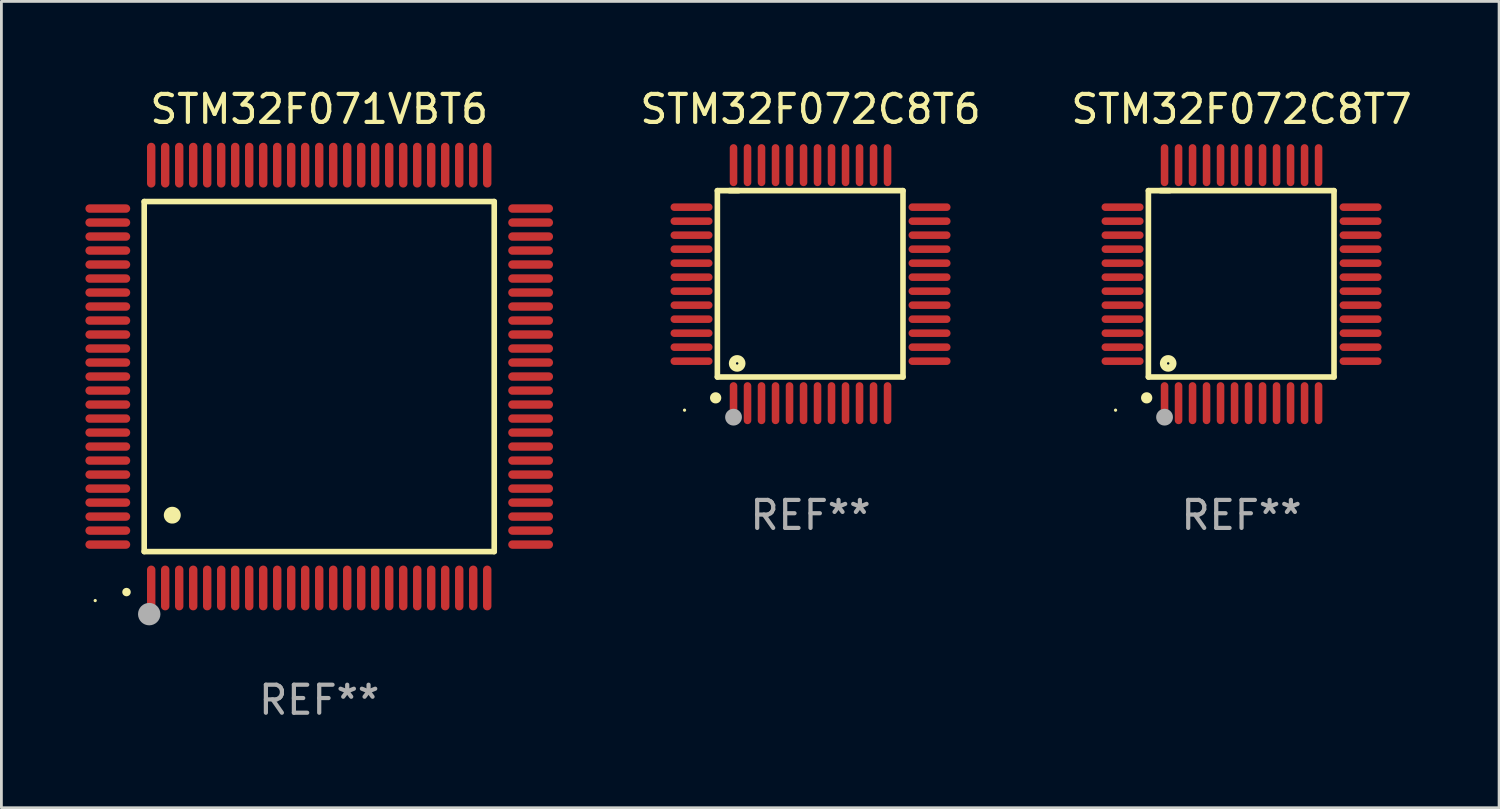
<source format=kicad_pcb>
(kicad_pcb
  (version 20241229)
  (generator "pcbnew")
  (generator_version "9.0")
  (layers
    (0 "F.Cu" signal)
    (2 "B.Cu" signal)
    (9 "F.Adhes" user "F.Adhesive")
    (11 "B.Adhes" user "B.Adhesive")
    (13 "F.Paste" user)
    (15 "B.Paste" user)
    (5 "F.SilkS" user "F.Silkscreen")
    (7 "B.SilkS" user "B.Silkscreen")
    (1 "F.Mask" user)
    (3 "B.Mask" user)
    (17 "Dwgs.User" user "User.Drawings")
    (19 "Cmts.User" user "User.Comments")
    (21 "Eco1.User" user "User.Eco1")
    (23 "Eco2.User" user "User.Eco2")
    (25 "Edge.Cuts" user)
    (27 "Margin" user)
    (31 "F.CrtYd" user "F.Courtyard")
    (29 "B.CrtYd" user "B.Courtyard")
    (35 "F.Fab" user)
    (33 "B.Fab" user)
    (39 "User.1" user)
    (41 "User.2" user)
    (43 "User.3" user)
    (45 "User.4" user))
  (footprint "STM32F071VBT6"
    (layer "F.Cu")
    (at 8.35 10.398)
    (property "Reference" "STM32F071VBT6" (at 0 -9.55 0) (layer "F.SilkS") (effects (font (size 1 1) (thickness 0.15))))
    (attr through_hole)
    (fp_line (start -6.25 -6.25) (end -6.25 6.25) (stroke (width 0.2) (type solid)) (layer "F.SilkS"))
    (fp_line (start -6.25 6.25) (end 6.25 6.25) (stroke (width 0.2) (type solid)) (layer "F.SilkS"))
    (fp_line (start 6.25 -6.25) (end -6.25 -6.25) (stroke (width 0.2) (type solid)) (layer "F.SilkS"))
    (fp_line (start 6.25 6.25) (end 6.25 -6.25) (stroke (width 0.2) (type solid)) (layer "F.SilkS"))
    (fp_arc (start -6.883414 7.696215) (mid -6.882144 7.69621) (end -6.880874 7.696215) (stroke (width 0.3) (type solid)) (layer "F.SilkS"))
    (fp_arc (start -5.250191 4.95047) (mid -5.247651 4.950459) (end -5.245111 4.95047) (stroke (width 0.6) (type solid)) (layer "F.SilkS"))
    (fp_circle (center -8 8) (end -7.97 8) (stroke (width 0.06) (type solid)) (fill no) (layer "F.SilkS"))
    (fp_circle (center -6.071 8.484) (end -5.871 8.484) (stroke (width 0.4) (type solid)) (fill no) (layer "F.Fab"))
    (fp_text user "REF**" (at 0 11.55 0) (layer "F.Fab") (effects (font (size 1 1) (thickness 0.15))))
    (pad "1" smd oval (at -6 7.55) (size 0.3 1.6) (layers "F.Cu" "F.Mask" "F.Paste"))
    (pad "2" smd oval (at -5.5 7.55) (size 0.3 1.6) (layers "F.Cu" "F.Mask" "F.Paste"))
    (pad "3" smd oval (at -5 7.55) (size 0.3 1.6) (layers "F.Cu" "F.Mask" "F.Paste"))
    (pad "4" smd oval (at -4.5 7.55) (size 0.3 1.6) (layers "F.Cu" "F.Mask" "F.Paste"))
    (pad "5" smd oval (at -4 7.55) (size 0.3 1.6) (layers "F.Cu" "F.Mask" "F.Paste"))
    (pad "6" smd oval (at -3.5 7.55) (size 0.3 1.6) (layers "F.Cu" "F.Mask" "F.Paste"))
    (pad "7" smd oval (at -3 7.55) (size 0.3 1.6) (layers "F.Cu" "F.Mask" "F.Paste"))
    (pad "8" smd oval (at -2.5 7.55) (size 0.3 1.6) (layers "F.Cu" "F.Mask" "F.Paste"))
    (pad "9" smd oval (at -2 7.55) (size 0.3 1.6) (layers "F.Cu" "F.Mask" "F.Paste"))
    (pad "10" smd oval (at -1.5 7.55) (size 0.3 1.6) (layers "F.Cu" "F.Mask" "F.Paste"))
    (pad "11" smd oval (at -1 7.55) (size 0.3 1.6) (layers "F.Cu" "F.Mask" "F.Paste"))
    (pad "12" smd oval (at -0.5 7.55) (size 0.3 1.6) (layers "F.Cu" "F.Mask" "F.Paste"))
    (pad "13" smd oval (at 0 7.55) (size 0.3 1.6) (layers "F.Cu" "F.Mask" "F.Paste"))
    (pad "14" smd oval (at 0.5 7.55) (size 0.3 1.6) (layers "F.Cu" "F.Mask" "F.Paste"))
    (pad "15" smd oval (at 1 7.55) (size 0.3 1.6) (layers "F.Cu" "F.Mask" "F.Paste"))
    (pad "16" smd oval (at 1.5 7.55) (size 0.3 1.6) (layers "F.Cu" "F.Mask" "F.Paste"))
    (pad "17" smd oval (at 2 7.55) (size 0.3 1.6) (layers "F.Cu" "F.Mask" "F.Paste"))
    (pad "18" smd oval (at 2.5 7.55) (size 0.3 1.6) (layers "F.Cu" "F.Mask" "F.Paste"))
    (pad "19" smd oval (at 3 7.55) (size 0.3 1.6) (layers "F.Cu" "F.Mask" "F.Paste"))
    (pad "20" smd oval (at 3.5 7.55) (size 0.3 1.6) (layers "F.Cu" "F.Mask" "F.Paste"))
    (pad "21" smd oval (at 4 7.55) (size 0.3 1.6) (layers "F.Cu" "F.Mask" "F.Paste"))
    (pad "22" smd oval (at 4.5 7.55) (size 0.3 1.6) (layers "F.Cu" "F.Mask" "F.Paste"))
    (pad "23" smd oval (at 5 7.55) (size 0.3 1.6) (layers "F.Cu" "F.Mask" "F.Paste"))
    (pad "24" smd oval (at 5.5 7.55) (size 0.3 1.6) (layers "F.Cu" "F.Mask" "F.Paste"))
    (pad "25" smd oval (at 6 7.55) (size 0.3 1.6) (layers "F.Cu" "F.Mask" "F.Paste"))
    (pad "26" smd oval (at 7.55 6) (size 1.6 0.3) (layers "F.Cu" "F.Mask" "F.Paste"))
    (pad "27" smd oval (at 7.55 5.5) (size 1.6 0.3) (layers "F.Cu" "F.Mask" "F.Paste"))
    (pad "28" smd oval (at 7.55 5) (size 1.6 0.3) (layers "F.Cu" "F.Mask" "F.Paste"))
    (pad "29" smd oval (at 7.55 4.5) (size 1.6 0.3) (layers "F.Cu" "F.Mask" "F.Paste"))
    (pad "30" smd oval (at 7.55 4) (size 1.6 0.3) (layers "F.Cu" "F.Mask" "F.Paste"))
    (pad "31" smd oval (at 7.55 3.5) (size 1.6 0.3) (layers "F.Cu" "F.Mask" "F.Paste"))
    (pad "32" smd oval (at 7.55 3) (size 1.6 0.3) (layers "F.Cu" "F.Mask" "F.Paste"))
    (pad "33" smd oval (at 7.55 2.5) (size 1.6 0.3) (layers "F.Cu" "F.Mask" "F.Paste"))
    (pad "34" smd oval (at 7.55 2) (size 1.6 0.3) (layers "F.Cu" "F.Mask" "F.Paste"))
    (pad "35" smd oval (at 7.55 1.5) (size 1.6 0.3) (layers "F.Cu" "F.Mask" "F.Paste"))
    (pad "36" smd oval (at 7.55 1) (size 1.6 0.3) (layers "F.Cu" "F.Mask" "F.Paste"))
    (pad "37" smd oval (at 7.55 0.5) (size 1.6 0.3) (layers "F.Cu" "F.Mask" "F.Paste"))
    (pad "38" smd oval (at 7.55 0) (size 1.6 0.3) (layers "F.Cu" "F.Mask" "F.Paste"))
    (pad "39" smd oval (at 7.55 -0.5) (size 1.6 0.3) (layers "F.Cu" "F.Mask" "F.Paste"))
    (pad "40" smd oval (at 7.55 -1) (size 1.6 0.3) (layers "F.Cu" "F.Mask" "F.Paste"))
    (pad "41" smd oval (at 7.55 -1.5) (size 1.6 0.3) (layers "F.Cu" "F.Mask" "F.Paste"))
    (pad "42" smd oval (at 7.55 -2) (size 1.6 0.3) (layers "F.Cu" "F.Mask" "F.Paste"))
    (pad "43" smd oval (at 7.55 -2.5) (size 1.6 0.3) (layers "F.Cu" "F.Mask" "F.Paste"))
    (pad "44" smd oval (at 7.55 -3) (size 1.6 0.3) (layers "F.Cu" "F.Mask" "F.Paste"))
    (pad "45" smd oval (at 7.55 -3.5) (size 1.6 0.3) (layers "F.Cu" "F.Mask" "F.Paste"))
    (pad "46" smd oval (at 7.55 -4) (size 1.6 0.3) (layers "F.Cu" "F.Mask" "F.Paste"))
    (pad "47" smd oval (at 7.55 -4.5) (size 1.6 0.3) (layers "F.Cu" "F.Mask" "F.Paste"))
    (pad "48" smd oval (at 7.55 -5) (size 1.6 0.3) (layers "F.Cu" "F.Mask" "F.Paste"))
    (pad "49" smd oval (at 7.55 -5.5) (size 1.6 0.3) (layers "F.Cu" "F.Mask" "F.Paste"))
    (pad "50" smd oval (at 7.55 -6) (size 1.6 0.3) (layers "F.Cu" "F.Mask" "F.Paste"))
    (pad "51" smd oval (at 6 -7.55) (size 0.3 1.6) (layers "F.Cu" "F.Mask" "F.Paste"))
    (pad "52" smd oval (at 5.5 -7.55) (size 0.3 1.6) (layers "F.Cu" "F.Mask" "F.Paste"))
    (pad "53" smd oval (at 5 -7.55) (size 0.3 1.6) (layers "F.Cu" "F.Mask" "F.Paste"))
    (pad "54" smd oval (at 4.5 -7.55) (size 0.3 1.6) (layers "F.Cu" "F.Mask" "F.Paste"))
    (pad "55" smd oval (at 4 -7.55) (size 0.3 1.6) (layers "F.Cu" "F.Mask" "F.Paste"))
    (pad "56" smd oval (at 3.5 -7.55) (size 0.3 1.6) (layers "F.Cu" "F.Mask" "F.Paste"))
    (pad "57" smd oval (at 3 -7.55) (size 0.3 1.6) (layers "F.Cu" "F.Mask" "F.Paste"))
    (pad "58" smd oval (at 2.5 -7.55) (size 0.3 1.6) (layers "F.Cu" "F.Mask" "F.Paste"))
    (pad "59" smd oval (at 2 -7.55) (size 0.3 1.6) (layers "F.Cu" "F.Mask" "F.Paste"))
    (pad "60" smd oval (at 1.5 -7.55) (size 0.3 1.6) (layers "F.Cu" "F.Mask" "F.Paste"))
    (pad "61" smd oval (at 1 -7.55) (size 0.3 1.6) (layers "F.Cu" "F.Mask" "F.Paste"))
    (pad "62" smd oval (at 0.5 -7.55) (size 0.3 1.6) (layers "F.Cu" "F.Mask" "F.Paste"))
    (pad "63" smd oval (at 0 -7.55) (size 0.3 1.6) (layers "F.Cu" "F.Mask" "F.Paste"))
    (pad "64" smd oval (at -0.5 -7.55) (size 0.3 1.6) (layers "F.Cu" "F.Mask" "F.Paste"))
    (pad "65" smd oval (at -1 -7.55) (size 0.3 1.6) (layers "F.Cu" "F.Mask" "F.Paste"))
    (pad "66" smd oval (at -1.5 -7.55) (size 0.3 1.6) (layers "F.Cu" "F.Mask" "F.Paste"))
    (pad "67" smd oval (at -2 -7.55) (size 0.3 1.6) (layers "F.Cu" "F.Mask" "F.Paste"))
    (pad "68" smd oval (at -2.5 -7.55) (size 0.3 1.6) (layers "F.Cu" "F.Mask" "F.Paste"))
    (pad "69" smd oval (at -3 -7.55) (size 0.3 1.6) (layers "F.Cu" "F.Mask" "F.Paste"))
    (pad "70" smd oval (at -3.5 -7.55) (size 0.3 1.6) (layers "F.Cu" "F.Mask" "F.Paste"))
    (pad "71" smd oval (at -4 -7.55) (size 0.3 1.6) (layers "F.Cu" "F.Mask" "F.Paste"))
    (pad "72" smd oval (at -4.5 -7.55) (size 0.3 1.6) (layers "F.Cu" "F.Mask" "F.Paste"))
    (pad "73" smd oval (at -5 -7.55) (size 0.3 1.6) (layers "F.Cu" "F.Mask" "F.Paste"))
    (pad "74" smd oval (at -5.5 -7.55) (size 0.3 1.6) (layers "F.Cu" "F.Mask" "F.Paste"))
    (pad "75" smd oval (at -6 -7.55) (size 0.3 1.6) (layers "F.Cu" "F.Mask" "F.Paste"))
    (pad "76" smd oval (at -7.55 -6) (size 1.6 0.3) (layers "F.Cu" "F.Mask" "F.Paste"))
    (pad "77" smd oval (at -7.55 -5.5) (size 1.6 0.3) (layers "F.Cu" "F.Mask" "F.Paste"))
    (pad "78" smd oval (at -7.55 -5) (size 1.6 0.3) (layers "F.Cu" "F.Mask" "F.Paste"))
    (pad "79" smd oval (at -7.55 -4.5) (size 1.6 0.3) (layers "F.Cu" "F.Mask" "F.Paste"))
    (pad "80" smd oval (at -7.55 -4) (size 1.6 0.3) (layers "F.Cu" "F.Mask" "F.Paste"))
    (pad "81" smd oval (at -7.55 -3.5) (size 1.6 0.3) (layers "F.Cu" "F.Mask" "F.Paste"))
    (pad "82" smd oval (at -7.55 -3) (size 1.6 0.3) (layers "F.Cu" "F.Mask" "F.Paste"))
    (pad "83" smd oval (at -7.55 -2.5) (size 1.6 0.3) (layers "F.Cu" "F.Mask" "F.Paste"))
    (pad "84" smd oval (at -7.55 -2) (size 1.6 0.3) (layers "F.Cu" "F.Mask" "F.Paste"))
    (pad "85" smd oval (at -7.55 -1.5) (size 1.6 0.3) (layers "F.Cu" "F.Mask" "F.Paste"))
    (pad "86" smd oval (at -7.55 -1) (size 1.6 0.3) (layers "F.Cu" "F.Mask" "F.Paste"))
    (pad "87" smd oval (at -7.55 -0.5) (size 1.6 0.3) (layers "F.Cu" "F.Mask" "F.Paste"))
    (pad "88" smd oval (at -7.55 0) (size 1.6 0.3) (layers "F.Cu" "F.Mask" "F.Paste"))
    (pad "89" smd oval (at -7.55 0.5) (size 1.6 0.3) (layers "F.Cu" "F.Mask" "F.Paste"))
    (pad "90" smd oval (at -7.55 1) (size 1.6 0.3) (layers "F.Cu" "F.Mask" "F.Paste"))
    (pad "91" smd oval (at -7.55 1.5) (size 1.6 0.3) (layers "F.Cu" "F.Mask" "F.Paste"))
    (pad "92" smd oval (at -7.55 2) (size 1.6 0.3) (layers "F.Cu" "F.Mask" "F.Paste"))
    (pad "93" smd oval (at -7.55 2.5) (size 1.6 0.3) (layers "F.Cu" "F.Mask" "F.Paste"))
    (pad "94" smd oval (at -7.55 3) (size 1.6 0.3) (layers "F.Cu" "F.Mask" "F.Paste"))
    (pad "95" smd oval (at -7.55 3.5) (size 1.6 0.3) (layers "F.Cu" "F.Mask" "F.Paste"))
    (pad "96" smd oval (at -7.55 4) (size 1.6 0.3) (layers "F.Cu" "F.Mask" "F.Paste"))
    (pad "97" smd oval (at -7.55 4.5) (size 1.6 0.3) (layers "F.Cu" "F.Mask" "F.Paste"))
    (pad "98" smd oval (at -7.55 5) (size 1.6 0.3) (layers "F.Cu" "F.Mask" "F.Paste"))
    (pad "99" smd oval (at -7.55 5.5) (size 1.6 0.3) (layers "F.Cu" "F.Mask" "F.Paste"))
    (pad "100" smd oval (at -7.55 6) (size 1.6 0.3) (layers "F.Cu" "F.Mask" "F.Paste")))
  (footprint "STM32F072C8T6"
    (layer "F.Cu")
    (at 25.896 7.098)
    (property "Reference" "STM32F072C8T6" (at 0 -6.25 0) (layer "F.SilkS") (effects (font (size 1 1) (thickness 0.15))))
    (attr through_hole)
    (fp_line (start -3.327 -3.34) (end -2.565 -3.34) (stroke (width 0.2) (type solid)) (layer "F.SilkS"))
    (fp_line (start -3.327 3.315) (end -3.327 -3.34) (stroke (width 0.2) (type solid)) (layer "F.SilkS"))
    (fp_line (start -2.896 -3.34) (end 3.302 -3.34) (stroke (width 0.2) (type solid)) (layer "F.SilkS"))
    (fp_line (start 3.302 -3.34) (end 3.302 3.315) (stroke (width 0.2) (type solid)) (layer "F.SilkS"))
    (fp_line (start 3.302 3.315) (end -3.327 3.315) (stroke (width 0.2) (type solid)) (layer "F.SilkS"))
    (fp_arc (start -3.389992 4.059995) (mid -3.388722 4.059991) (end -3.387452 4.059995) (stroke (width 0.4) (type solid)) (layer "F.SilkS"))
    (fp_circle (center -4.5 4.5) (end -4.47 4.5) (stroke (width 0.06) (type solid)) (fill no) (layer "F.SilkS"))
    (fp_circle (center -2.62 2.83) (end -2.45 2.83) (stroke (width 0.254) (type solid)) (fill no) (layer "F.SilkS"))
    (fp_circle (center -2.75 4.75) (end -2.6 4.75) (stroke (width 0.3) (type solid)) (fill no) (layer "F.Fab"))
    (fp_text user "REF**" (at 0 8.25 0) (layer "F.Fab") (effects (font (size 1 1) (thickness 0.15))))
    (pad "1" smd oval (at -2.75 4.25) (size 0.27 1.5) (layers "F.Cu" "F.Mask" "F.Paste"))
    (pad "2" smd oval (at -2.25 4.25) (size 0.27 1.5) (layers "F.Cu" "F.Mask" "F.Paste"))
    (pad "3" smd oval (at -1.75 4.25) (size 0.27 1.5) (layers "F.Cu" "F.Mask" "F.Paste"))
    (pad "4" smd oval (at -1.25 4.25) (size 0.27 1.5) (layers "F.Cu" "F.Mask" "F.Paste"))
    (pad "5" smd oval (at -0.75 4.25) (size 0.27 1.5) (layers "F.Cu" "F.Mask" "F.Paste"))
    (pad "6" smd oval (at -0.25 4.25) (size 0.27 1.5) (layers "F.Cu" "F.Mask" "F.Paste"))
    (pad "7" smd oval (at 0.25 4.25) (size 0.27 1.5) (layers "F.Cu" "F.Mask" "F.Paste"))
    (pad "8" smd oval (at 0.75 4.25) (size 0.27 1.5) (layers "F.Cu" "F.Mask" "F.Paste"))
    (pad "9" smd oval (at 1.25 4.25) (size 0.27 1.5) (layers "F.Cu" "F.Mask" "F.Paste"))
    (pad "10" smd oval (at 1.75 4.25) (size 0.27 1.5) (layers "F.Cu" "F.Mask" "F.Paste"))
    (pad "11" smd oval (at 2.25 4.25) (size 0.27 1.5) (layers "F.Cu" "F.Mask" "F.Paste"))
    (pad "12" smd oval (at 2.75 4.25) (size 0.27 1.5) (layers "F.Cu" "F.Mask" "F.Paste"))
    (pad "13" smd oval (at 4.25 2.75) (size 1.5 0.27) (layers "F.Cu" "F.Mask" "F.Paste"))
    (pad "14" smd oval (at 4.25 2.25) (size 1.5 0.27) (layers "F.Cu" "F.Mask" "F.Paste"))
    (pad "15" smd oval (at 4.25 1.75) (size 1.5 0.27) (layers "F.Cu" "F.Mask" "F.Paste"))
    (pad "16" smd oval (at 4.25 1.25) (size 1.5 0.27) (layers "F.Cu" "F.Mask" "F.Paste"))
    (pad "17" smd oval (at 4.25 0.75) (size 1.5 0.27) (layers "F.Cu" "F.Mask" "F.Paste"))
    (pad "18" smd oval (at 4.25 0.25) (size 1.5 0.27) (layers "F.Cu" "F.Mask" "F.Paste"))
    (pad "19" smd oval (at 4.25 -0.25) (size 1.5 0.27) (layers "F.Cu" "F.Mask" "F.Paste"))
    (pad "20" smd oval (at 4.25 -0.75) (size 1.5 0.27) (layers "F.Cu" "F.Mask" "F.Paste"))
    (pad "21" smd oval (at 4.25 -1.25) (size 1.5 0.27) (layers "F.Cu" "F.Mask" "F.Paste"))
    (pad "22" smd oval (at 4.25 -1.75) (size 1.5 0.27) (layers "F.Cu" "F.Mask" "F.Paste"))
    (pad "23" smd oval (at 4.25 -2.25) (size 1.5 0.27) (layers "F.Cu" "F.Mask" "F.Paste"))
    (pad "24" smd oval (at 4.25 -2.75) (size 1.5 0.27) (layers "F.Cu" "F.Mask" "F.Paste"))
    (pad "25" smd oval (at 2.75 -4.25) (size 0.27 1.5) (layers "F.Cu" "F.Mask" "F.Paste"))
    (pad "26" smd oval (at 2.25 -4.25) (size 0.27 1.5) (layers "F.Cu" "F.Mask" "F.Paste"))
    (pad "27" smd oval (at 1.75 -4.25) (size 0.27 1.5) (layers "F.Cu" "F.Mask" "F.Paste"))
    (pad "28" smd oval (at 1.25 -4.25) (size 0.27 1.5) (layers "F.Cu" "F.Mask" "F.Paste"))
    (pad "29" smd oval (at 0.75 -4.25) (size 0.27 1.5) (layers "F.Cu" "F.Mask" "F.Paste"))
    (pad "30" smd oval (at 0.25 -4.25) (size 0.27 1.5) (layers "F.Cu" "F.Mask" "F.Paste"))
    (pad "31" smd oval (at -0.25 -4.25) (size 0.27 1.5) (layers "F.Cu" "F.Mask" "F.Paste"))
    (pad "32" smd oval (at -0.75 -4.25) (size 0.27 1.5) (layers "F.Cu" "F.Mask" "F.Paste"))
    (pad "33" smd oval (at -1.25 -4.25) (size 0.27 1.5) (layers "F.Cu" "F.Mask" "F.Paste"))
    (pad "34" smd oval (at -1.75 -4.25) (size 0.27 1.5) (layers "F.Cu" "F.Mask" "F.Paste"))
    (pad "35" smd oval (at -2.25 -4.25) (size 0.27 1.5) (layers "F.Cu" "F.Mask" "F.Paste"))
    (pad "36" smd oval (at -2.75 -4.25) (size 0.27 1.5) (layers "F.Cu" "F.Mask" "F.Paste"))
    (pad "37" smd oval (at -4.25 -2.75) (size 1.5 0.27) (layers "F.Cu" "F.Mask" "F.Paste"))
    (pad "38" smd oval (at -4.25 -2.25) (size 1.5 0.27) (layers "F.Cu" "F.Mask" "F.Paste"))
    (pad "39" smd oval (at -4.25 -1.75) (size 1.5 0.27) (layers "F.Cu" "F.Mask" "F.Paste"))
    (pad "40" smd oval (at -4.25 -1.25) (size 1.5 0.27) (layers "F.Cu" "F.Mask" "F.Paste"))
    (pad "41" smd oval (at -4.25 -0.75) (size 1.5 0.27) (layers "F.Cu" "F.Mask" "F.Paste"))
    (pad "42" smd oval (at -4.25 -0.25) (size 1.5 0.27) (layers "F.Cu" "F.Mask" "F.Paste"))
    (pad "43" smd oval (at -4.25 0.25) (size 1.5 0.27) (layers "F.Cu" "F.Mask" "F.Paste"))
    (pad "44" smd oval (at -4.25 0.75) (size 1.5 0.27) (layers "F.Cu" "F.Mask" "F.Paste"))
    (pad "45" smd oval (at -4.25 1.25) (size 1.5 0.27) (layers "F.Cu" "F.Mask" "F.Paste"))
    (pad "46" smd oval (at -4.25 1.75) (size 1.5 0.27) (layers "F.Cu" "F.Mask" "F.Paste"))
    (pad "47" smd oval (at -4.25 2.25) (size 1.5 0.27) (layers "F.Cu" "F.Mask" "F.Paste"))
    (pad "48" smd oval (at -4.25 2.75) (size 1.5 0.27) (layers "F.Cu" "F.Mask" "F.Paste")))
  (footprint "STM32F072C8T7"
    (layer "F.Cu")
    (at 41.289 7.098)
    (property "Reference" "STM32F072C8T7" (at 0 -6.25 0) (layer "F.SilkS") (effects (font (size 1 1) (thickness 0.15))))
    (attr through_hole)
    (fp_line (start -3.327 -3.34) (end -2.565 -3.34) (stroke (width 0.2) (type solid)) (layer "F.SilkS"))
    (fp_line (start -3.327 3.315) (end -3.327 -3.34) (stroke (width 0.2) (type solid)) (layer "F.SilkS"))
    (fp_line (start -2.896 -3.34) (end 3.302 -3.34) (stroke (width 0.2) (type solid)) (layer "F.SilkS"))
    (fp_line (start 3.302 -3.34) (end 3.302 3.315) (stroke (width 0.2) (type solid)) (layer "F.SilkS"))
    (fp_line (start 3.302 3.315) (end -3.327 3.315) (stroke (width 0.2) (type solid)) (layer "F.SilkS"))
    (fp_arc (start -3.389992 4.059995) (mid -3.388722 4.059991) (end -3.387452 4.059995) (stroke (width 0.4) (type solid)) (layer "F.SilkS"))
    (fp_circle (center -4.5 4.5) (end -4.47 4.5) (stroke (width 0.06) (type solid)) (fill no) (layer "F.SilkS"))
    (fp_circle (center -2.62 2.83) (end -2.45 2.83) (stroke (width 0.254) (type solid)) (fill no) (layer "F.SilkS"))
    (fp_circle (center -2.75 4.75) (end -2.6 4.75) (stroke (width 0.3) (type solid)) (fill no) (layer "F.Fab"))
    (fp_text user "REF**" (at 0 8.25 0) (layer "F.Fab") (effects (font (size 1 1) (thickness 0.15))))
    (pad "1" smd oval (at -2.75 4.25) (size 0.27 1.5) (layers "F.Cu" "F.Mask" "F.Paste"))
    (pad "2" smd oval (at -2.25 4.25) (size 0.27 1.5) (layers "F.Cu" "F.Mask" "F.Paste"))
    (pad "3" smd oval (at -1.75 4.25) (size 0.27 1.5) (layers "F.Cu" "F.Mask" "F.Paste"))
    (pad "4" smd oval (at -1.25 4.25) (size 0.27 1.5) (layers "F.Cu" "F.Mask" "F.Paste"))
    (pad "5" smd oval (at -0.75 4.25) (size 0.27 1.5) (layers "F.Cu" "F.Mask" "F.Paste"))
    (pad "6" smd oval (at -0.25 4.25) (size 0.27 1.5) (layers "F.Cu" "F.Mask" "F.Paste"))
    (pad "7" smd oval (at 0.25 4.25) (size 0.27 1.5) (layers "F.Cu" "F.Mask" "F.Paste"))
    (pad "8" smd oval (at 0.75 4.25) (size 0.27 1.5) (layers "F.Cu" "F.Mask" "F.Paste"))
    (pad "9" smd oval (at 1.25 4.25) (size 0.27 1.5) (layers "F.Cu" "F.Mask" "F.Paste"))
    (pad "10" smd oval (at 1.75 4.25) (size 0.27 1.5) (layers "F.Cu" "F.Mask" "F.Paste"))
    (pad "11" smd oval (at 2.25 4.25) (size 0.27 1.5) (layers "F.Cu" "F.Mask" "F.Paste"))
    (pad "12" smd oval (at 2.75 4.25) (size 0.27 1.5) (layers "F.Cu" "F.Mask" "F.Paste"))
    (pad "13" smd oval (at 4.25 2.75) (size 1.5 0.27) (layers "F.Cu" "F.Mask" "F.Paste"))
    (pad "14" smd oval (at 4.25 2.25) (size 1.5 0.27) (layers "F.Cu" "F.Mask" "F.Paste"))
    (pad "15" smd oval (at 4.25 1.75) (size 1.5 0.27) (layers "F.Cu" "F.Mask" "F.Paste"))
    (pad "16" smd oval (at 4.25 1.25) (size 1.5 0.27) (layers "F.Cu" "F.Mask" "F.Paste"))
    (pad "17" smd oval (at 4.25 0.75) (size 1.5 0.27) (layers "F.Cu" "F.Mask" "F.Paste"))
    (pad "18" smd oval (at 4.25 0.25) (size 1.5 0.27) (layers "F.Cu" "F.Mask" "F.Paste"))
    (pad "19" smd oval (at 4.25 -0.25) (size 1.5 0.27) (layers "F.Cu" "F.Mask" "F.Paste"))
    (pad "20" smd oval (at 4.25 -0.75) (size 1.5 0.27) (layers "F.Cu" "F.Mask" "F.Paste"))
    (pad "21" smd oval (at 4.25 -1.25) (size 1.5 0.27) (layers "F.Cu" "F.Mask" "F.Paste"))
    (pad "22" smd oval (at 4.25 -1.75) (size 1.5 0.27) (layers "F.Cu" "F.Mask" "F.Paste"))
    (pad "23" smd oval (at 4.25 -2.25) (size 1.5 0.27) (layers "F.Cu" "F.Mask" "F.Paste"))
    (pad "24" smd oval (at 4.25 -2.75) (size 1.5 0.27) (layers "F.Cu" "F.Mask" "F.Paste"))
    (pad "25" smd oval (at 2.75 -4.25) (size 0.27 1.5) (layers "F.Cu" "F.Mask" "F.Paste"))
    (pad "26" smd oval (at 2.25 -4.25) (size 0.27 1.5) (layers "F.Cu" "F.Mask" "F.Paste"))
    (pad "27" smd oval (at 1.75 -4.25) (size 0.27 1.5) (layers "F.Cu" "F.Mask" "F.Paste"))
    (pad "28" smd oval (at 1.25 -4.25) (size 0.27 1.5) (layers "F.Cu" "F.Mask" "F.Paste"))
    (pad "29" smd oval (at 0.75 -4.25) (size 0.27 1.5) (layers "F.Cu" "F.Mask" "F.Paste"))
    (pad "30" smd oval (at 0.25 -4.25) (size 0.27 1.5) (layers "F.Cu" "F.Mask" "F.Paste"))
    (pad "31" smd oval (at -0.25 -4.25) (size 0.27 1.5) (layers "F.Cu" "F.Mask" "F.Paste"))
    (pad "32" smd oval (at -0.75 -4.25) (size 0.27 1.5) (layers "F.Cu" "F.Mask" "F.Paste"))
    (pad "33" smd oval (at -1.25 -4.25) (size 0.27 1.5) (layers "F.Cu" "F.Mask" "F.Paste"))
    (pad "34" smd oval (at -1.75 -4.25) (size 0.27 1.5) (layers "F.Cu" "F.Mask" "F.Paste"))
    (pad "35" smd oval (at -2.25 -4.25) (size 0.27 1.5) (layers "F.Cu" "F.Mask" "F.Paste"))
    (pad "36" smd oval (at -2.75 -4.25) (size 0.27 1.5) (layers "F.Cu" "F.Mask" "F.Paste"))
    (pad "37" smd oval (at -4.25 -2.75) (size 1.5 0.27) (layers "F.Cu" "F.Mask" "F.Paste"))
    (pad "38" smd oval (at -4.25 -2.25) (size 1.5 0.27) (layers "F.Cu" "F.Mask" "F.Paste"))
    (pad "39" smd oval (at -4.25 -1.75) (size 1.5 0.27) (layers "F.Cu" "F.Mask" "F.Paste"))
    (pad "40" smd oval (at -4.25 -1.25) (size 1.5 0.27) (layers "F.Cu" "F.Mask" "F.Paste"))
    (pad "41" smd oval (at -4.25 -0.75) (size 1.5 0.27) (layers "F.Cu" "F.Mask" "F.Paste"))
    (pad "42" smd oval (at -4.25 -0.25) (size 1.5 0.27) (layers "F.Cu" "F.Mask" "F.Paste"))
    (pad "43" smd oval (at -4.25 0.25) (size 1.5 0.27) (layers "F.Cu" "F.Mask" "F.Paste"))
    (pad "44" smd oval (at -4.25 0.75) (size 1.5 0.27) (layers "F.Cu" "F.Mask" "F.Paste"))
    (pad "45" smd oval (at -4.25 1.25) (size 1.5 0.27) (layers "F.Cu" "F.Mask" "F.Paste"))
    (pad "46" smd oval (at -4.25 1.75) (size 1.5 0.27) (layers "F.Cu" "F.Mask" "F.Paste"))
    (pad "47" smd oval (at -4.25 2.25) (size 1.5 0.27) (layers "F.Cu" "F.Mask" "F.Paste"))
    (pad "48" smd oval (at -4.25 2.75) (size 1.5 0.27) (layers "F.Cu" "F.Mask" "F.Paste")))
  (gr_rect
    (start -3 -3)
    (end 50.486 25.796)
    (stroke (width 0.1) (type default))
    (fill no)
    (layer "Edge.Cuts")))
</source>
